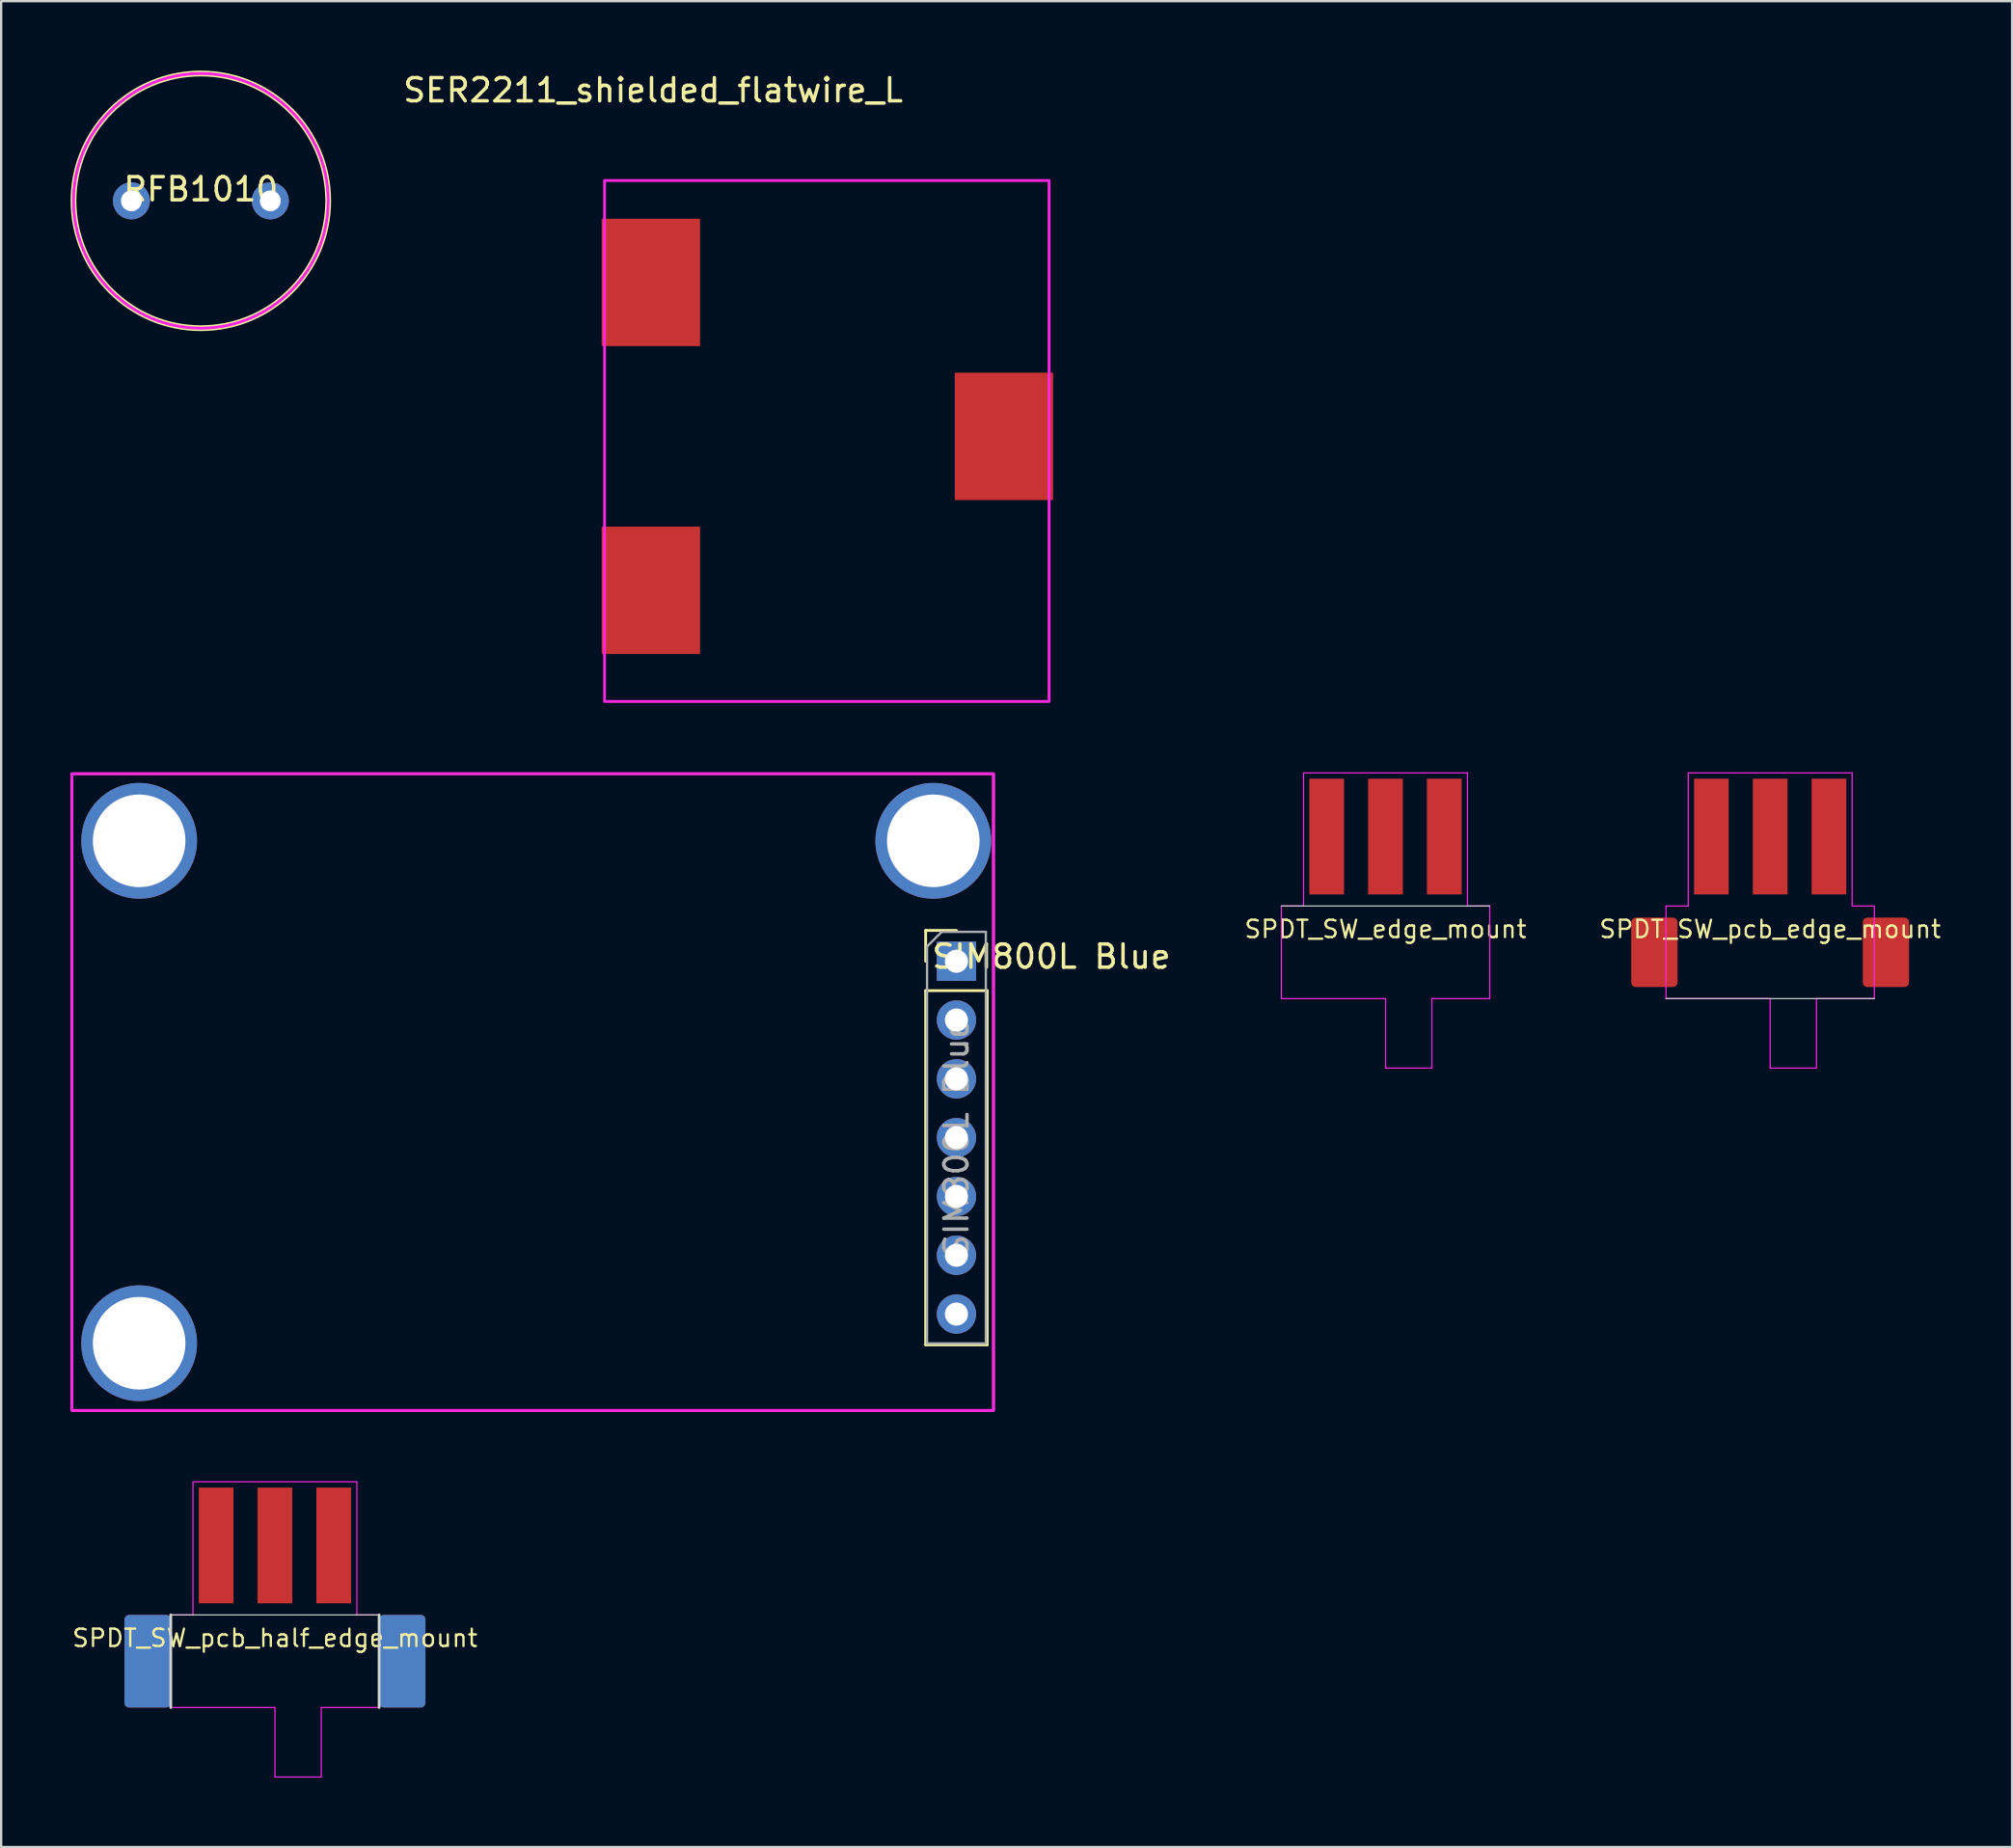
<source format=kicad_pcb>
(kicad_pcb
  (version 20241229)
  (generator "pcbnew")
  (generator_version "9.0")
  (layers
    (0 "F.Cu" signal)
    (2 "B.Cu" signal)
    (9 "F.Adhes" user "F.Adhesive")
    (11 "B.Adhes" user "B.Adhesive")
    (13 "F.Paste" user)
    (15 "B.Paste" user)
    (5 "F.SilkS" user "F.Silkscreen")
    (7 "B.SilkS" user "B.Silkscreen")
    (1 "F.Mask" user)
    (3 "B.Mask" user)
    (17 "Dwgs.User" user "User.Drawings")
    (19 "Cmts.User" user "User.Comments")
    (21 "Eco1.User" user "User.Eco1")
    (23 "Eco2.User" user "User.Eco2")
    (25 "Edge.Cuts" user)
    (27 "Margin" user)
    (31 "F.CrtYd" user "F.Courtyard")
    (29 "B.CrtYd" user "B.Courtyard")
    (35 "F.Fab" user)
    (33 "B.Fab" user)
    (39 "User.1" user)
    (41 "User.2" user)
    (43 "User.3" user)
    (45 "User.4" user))
  (footprint "SPDT_SW_pcb_edge_mount"
    (layer "F.Cu")
    (at 73.406 33.083)
    (property "Reference" "SPDT_SW_pcb_edge_mount" (at 0 4 0) (layer "F.SilkS") (effects (font (size 0.75 0.75) (thickness 0.1))))
    (attr smd)
    (fp_line (start -4.5 7) (end 4.5 7) (stroke (width 0.05) (type solid)) (layer "Eco2.User"))
    (fp_line (start -4.5 7) (end 4.5 7) (stroke (width 0.05) (type solid)) (layer "Edge.Cuts"))
    (fp_line (start -4.5 3) (end -4.5 7) (stroke (width 0.05) (type solid)) (layer "F.CrtYd"))
    (fp_line (start -4.5 7) (end 0 7) (stroke (width 0.05) (type solid)) (layer "F.CrtYd"))
    (fp_line (start -3.54 -2.75) (end 3.54 -2.75) (stroke (width 0.05) (type solid)) (layer "F.CrtYd"))
    (fp_line (start -3.54 3) (end -4.5 3) (stroke (width 0.05) (type solid)) (layer "F.CrtYd"))
    (fp_line (start -3.54 3) (end -3.54 -2.75) (stroke (width 0.05) (type solid)) (layer "F.CrtYd"))
    (fp_line (start 0 7) (end 0 10) (stroke (width 0.05) (type solid)) (layer "F.CrtYd"))
    (fp_line (start 0 10) (end 2 10) (stroke (width 0.05) (type solid)) (layer "F.CrtYd"))
    (fp_line (start 2 10) (end 2 7) (stroke (width 0.05) (type solid)) (layer "F.CrtYd"))
    (fp_line (start 3.54 -2.75) (end 3.54 3) (stroke (width 0.05) (type solid)) (layer "F.CrtYd"))
    (fp_line (start 3.54 3) (end 4.5 3) (stroke (width 0.05) (type solid)) (layer "F.CrtYd"))
    (fp_line (start 4.5 3) (end 4.5 7) (stroke (width 0.05) (type solid)) (layer "F.CrtYd"))
    (fp_line (start 4.5 7) (end 2 7) (stroke (width 0.05) (type solid)) (layer "F.CrtYd"))
    (pad "1" smd rect (at -2.54 0) (size 1.5 5) (layers "F.Cu" "F.Mask" "F.Paste"))
    (pad "2" smd rect (at 0 0) (size 1.5 5) (layers "F.Cu" "F.Mask" "F.Paste"))
    (pad "3" smd rect (at 2.54 0) (size 1.5 5) (layers "F.Cu" "F.Mask" "F.Paste"))
    (pad "4" smd roundrect (at -5 5) (size 2 3) (layers "F.Cu" "F.Mask" "F.Paste") (roundrect_rratio 0.1))
    (pad "4" smd roundrect (at 5 5) (size 2 3) (layers "F.Cu" "F.Mask" "F.Paste") (roundrect_rratio 0.1)))
  (footprint "SPDT_SW_edge_mount"
    (layer "F.Cu")
    (at 56.792 33.083)
    (property "Reference" "SPDT_SW_edge_mount" (at 0 4 0) (layer "F.SilkS") (effects (font (size 0.75 0.75) (thickness 0.1))))
    (attr smd)
    (fp_line (start -4.5 3) (end 4.5 3) (stroke (width 0.05) (type solid)) (layer "Eco2.User"))
    (fp_line (start -4.5 3) (end 4.5 3) (stroke (width 0.05) (type solid)) (layer "Edge.Cuts"))
    (fp_line (start -4.5 3) (end -4.5 7) (stroke (width 0.05) (type solid)) (layer "F.CrtYd"))
    (fp_line (start -4.5 7) (end 0 7) (stroke (width 0.05) (type solid)) (layer "F.CrtYd"))
    (fp_line (start -3.54 -2.75) (end 3.54 -2.75) (stroke (width 0.05) (type solid)) (layer "F.CrtYd"))
    (fp_line (start -3.54 3) (end -4.5 3) (stroke (width 0.05) (type solid)) (layer "F.CrtYd"))
    (fp_line (start -3.54 3) (end -3.54 -2.75) (stroke (width 0.05) (type solid)) (layer "F.CrtYd"))
    (fp_line (start 0 7) (end 0 10) (stroke (width 0.05) (type solid)) (layer "F.CrtYd"))
    (fp_line (start 0 10) (end 2 10) (stroke (width 0.05) (type solid)) (layer "F.CrtYd"))
    (fp_line (start 2 10) (end 2 7) (stroke (width 0.05) (type solid)) (layer "F.CrtYd"))
    (fp_line (start 3.54 -2.75) (end 3.54 3) (stroke (width 0.05) (type solid)) (layer "F.CrtYd"))
    (fp_line (start 3.54 3) (end 4.5 3) (stroke (width 0.05) (type solid)) (layer "F.CrtYd"))
    (fp_line (start 4.5 3) (end 4.5 7) (stroke (width 0.05) (type solid)) (layer "F.CrtYd"))
    (fp_line (start 4.5 7) (end 2 7) (stroke (width 0.05) (type solid)) (layer "F.CrtYd"))
    (pad "1" smd rect (at -2.54 0) (size 1.5 5) (layers "F.Cu" "F.Mask" "F.Paste"))
    (pad "2" smd rect (at 0 0) (size 1.5 5) (layers "F.Cu" "F.Mask" "F.Paste"))
    (pad "3" smd rect (at 2.54 0) (size 1.5 5) (layers "F.Cu" "F.Mask" "F.Paste")))
  (footprint "SER2211_shielded_flatwire_L"
    (layer "F.Cu")
    (at 25.161 15.848)
    (property "Reference" "SER2211_shielded_flatwire_L" (at 0 -15 0) (unlocked yes) (layer "F.SilkS") (effects (font (size 1 1) (thickness 0.15))))
    (attr smd)
    (fp_rect (start -2.1 -11.1) (end 17.1 11.4) (stroke (width 0.12) (type default)) (fill no) (layer "F.CrtYd"))
    (pad "1" smd rect (at -0.1 -6.7) (size 4.25 5.5) (layers "F.Cu" "F.Mask" "F.Paste"))
    (pad "2" smd rect (at -0.1 6.6) (size 4.25 5.5) (layers "F.Cu" "F.Mask" "F.Paste"))
    (pad "3" smd rect (at 15.15 -0.05) (size 4.25 5.5) (layers "F.Cu" "F.Mask" "F.Paste")))
  (footprint "SIM800L Blue"
    (layer "F.Cu")
    (at 38.26 38.468)
    (property "Reference" "SIM800L Blue" (at 4.1 -0.2 0) (layer "F.SilkS") (effects (font (size 1 1) (thickness 0.15))))
    (attr through_hole)
    (fp_line (start -1.33 -1.33) (end 0 -1.33) (stroke (width 0.12) (type solid)) (layer "F.SilkS"))
    (fp_line (start -1.33 0) (end -1.33 -1.33) (stroke (width 0.12) (type solid)) (layer "F.SilkS"))
    (fp_line (start -1.33 1.27) (end -1.33 16.57) (stroke (width 0.12) (type solid)) (layer "F.SilkS"))
    (fp_line (start -1.33 1.27) (end 1.33 1.27) (stroke (width 0.12) (type solid)) (layer "F.SilkS"))
    (fp_line (start -1.33 16.57) (end 1.33 16.57) (stroke (width 0.12) (type solid)) (layer "F.SilkS"))
    (fp_line (start 1.33 1.27) (end 1.33 16.57) (stroke (width 0.12) (type solid)) (layer "F.SilkS"))
    (fp_rect (start -38.2 -8.1) (end 1.6 19.4) (stroke (width 0.1) (type default)) (fill no) (layer "F.SilkS"))
    (fp_rect (start -38.2 -8.1) (end 1.6 19.4) (stroke (width 0.1) (type default)) (fill no) (layer "F.CrtYd"))
    (fp_rect (start -38.2 -8.1) (end 1.6 19.4) (stroke (width 0.12) (type default)) (fill no) (layer "F.CrtYd"))
    (fp_line (start -1.27 -0.635) (end -0.635 -1.27) (stroke (width 0.1) (type solid)) (layer "F.Fab"))
    (fp_line (start -1.27 16.51) (end -1.27 -0.635) (stroke (width 0.1) (type solid)) (layer "F.Fab"))
    (fp_line (start -0.635 -1.27) (end 1.27 -1.27) (stroke (width 0.1) (type solid)) (layer "F.Fab"))
    (fp_line (start 1.27 -1.27) (end 1.27 16.51) (stroke (width 0.1) (type solid)) (layer "F.Fab"))
    (fp_line (start 1.27 16.51) (end -1.27 16.51) (stroke (width 0.1) (type solid)) (layer "F.Fab"))
    (fp_text user "${REFERENCE}" (at 0 7.62 90) (layer "F.Fab") (effects (font (size 1 1) (thickness 0.15))))
    (pad "" np_thru_hole circle (at -35.3 -5.2) (size 5 5) (drill 4) (layers "*.Cu" "*.Mask"))
    (pad "" np_thru_hole circle (at -35.3 16.5) (size 5 5) (drill 4) (layers "*.Cu" "*.Mask"))
    (pad "" np_thru_hole circle (at -1 -5.2) (size 5 5) (drill 4) (layers "*.Cu" "*.Mask"))
    (pad "1" thru_hole rect (at 0 0) (size 1.7 1.7) (drill 1) (layers "*.Cu" "*.Mask"))
    (pad "2" thru_hole oval (at 0 2.54) (size 1.7 1.7) (drill 1) (layers "*.Cu" "*.Mask"))
    (pad "3" thru_hole oval (at 0 5.08) (size 1.7 1.7) (drill 1) (layers "*.Cu" "*.Mask"))
    (pad "4" thru_hole oval (at 0 7.62) (size 1.7 1.7) (drill 1) (layers "*.Cu" "*.Mask"))
    (pad "5" thru_hole oval (at 0 10.16) (size 1.7 1.7) (drill 1) (layers "*.Cu" "*.Mask"))
    (pad "6" thru_hole oval (at 0 12.7) (size 1.7 1.7) (drill 1) (layers "*.Cu" "*.Mask"))
    (pad "7" thru_hole oval (at 0 15.24) (size 1.7 1.7) (drill 1) (layers "*.Cu" "*.Mask")))
  (footprint "SPDT_SW_pcb_half_edge_mount"
    (layer "F.Cu")
    (at 8.825 63.703)
    (property "Reference" "SPDT_SW_pcb_half_edge_mount" (at 0 4 0) (layer "F.SilkS") (effects (font (size 0.75 0.75) (thickness 0.1))))
    (attr smd)
    (fp_line (start -4.5 3) (end 4.5 3) (stroke (width 0.05) (type solid)) (layer "Eco2.User"))
    (fp_line (start -4.5 7) (end -4.5 3) (stroke (width 0.12) (type solid)) (layer "Eco2.User"))
    (fp_line (start 4.5 3) (end 4.5 7) (stroke (width 0.12) (type solid)) (layer "Eco2.User"))
    (fp_line (start -4.5 3) (end 4.5 3) (stroke (width 0.05) (type solid)) (layer "Edge.Cuts"))
    (fp_line (start -4.5 7) (end -4.5 3) (stroke (width 0.12) (type solid)) (layer "Edge.Cuts"))
    (fp_line (start 4.5 3) (end 4.5 7) (stroke (width 0.12) (type solid)) (layer "Edge.Cuts"))
    (fp_line (start -4.5 3) (end -4.5 7) (stroke (width 0.05) (type solid)) (layer "F.CrtYd"))
    (fp_line (start -4.5 7) (end 0 7) (stroke (width 0.05) (type solid)) (layer "F.CrtYd"))
    (fp_line (start -3.54 -2.75) (end 3.54 -2.75) (stroke (width 0.05) (type solid)) (layer "F.CrtYd"))
    (fp_line (start -3.54 3) (end -4.5 3) (stroke (width 0.05) (type solid)) (layer "F.CrtYd"))
    (fp_line (start -3.54 3) (end -3.54 -2.75) (stroke (width 0.05) (type solid)) (layer "F.CrtYd"))
    (fp_line (start 0 7) (end 0 10) (stroke (width 0.05) (type solid)) (layer "F.CrtYd"))
    (fp_line (start 0 10) (end 2 10) (stroke (width 0.05) (type solid)) (layer "F.CrtYd"))
    (fp_line (start 2 10) (end 2 7) (stroke (width 0.05) (type solid)) (layer "F.CrtYd"))
    (fp_line (start 3.54 -2.75) (end 3.54 3) (stroke (width 0.05) (type solid)) (layer "F.CrtYd"))
    (fp_line (start 3.54 3) (end 4.5 3) (stroke (width 0.05) (type solid)) (layer "F.CrtYd"))
    (fp_line (start 4.5 3) (end 4.5 7) (stroke (width 0.05) (type solid)) (layer "F.CrtYd"))
    (fp_line (start 4.5 7) (end 2 7) (stroke (width 0.05) (type solid)) (layer "F.CrtYd"))
    (pad "1" smd rect (at -2.54 0) (size 1.5 5) (layers "F.Cu" "F.Mask" "F.Paste"))
    (pad "2" smd rect (at 0 0) (size 1.5 5) (layers "F.Cu" "F.Mask" "F.Paste"))
    (pad "3" smd rect (at 2.54 0) (size 1.5 5) (layers "F.Cu" "F.Mask" "F.Paste"))
    (pad "4" smd roundrect (at -5.5 5) (size 2 4) (layers "F.Cu" "F.Mask" "F.Paste") (roundrect_rratio 0.1))
    (pad "4" smd roundrect (at -5.5 5) (size 2 4) (layers "B.Cu" "B.Mask" "B.Paste") (roundrect_rratio 0.1))
    (pad "4" smd roundrect (at 5.5 5) (size 2 4) (layers "F.Cu" "F.Mask" "F.Paste") (roundrect_rratio 0.1))
    (pad "4" smd roundrect (at 5.5 5) (size 2 4) (layers "B.Cu" "B.Mask" "B.Paste") (roundrect_rratio 0.1)))
  (footprint "RFB1010"
    (layer "F.Cu")
    (at 5.625 5.625)
    (property "Reference" "RFB1010" (at 0 -0.5 0) (unlocked yes) (layer "F.SilkS") (effects (font (size 1 1) (thickness 0.15))))
    (attr through_hole)
    (fp_circle (center 0 0) (end 5.5 0) (stroke (width 0.25) (type default)) (fill no) (layer "F.SilkS"))
    (fp_circle (center 0 0) (end 5.5 0) (stroke (width 0.12) (type default)) (fill no) (layer "F.CrtYd"))
    (fp_circle (center 0 0) (end 5.5 0) (stroke (width 0.1) (type default)) (fill no) (layer "F.Fab"))
    (pad "1" thru_hole circle (at -3 0) (size 1.6 1.6) (drill 0.9) (layers "*.Cu" "*.Mask"))
    (pad "2" thru_hole circle (at 3 0) (size 1.6 1.6) (drill 0.9) (layers "*.Cu" "*.Mask")))
  (gr_rect
    (start -3 -3)
    (end 83.856 76.728)
    (stroke (width 0.1) (type default))
    (fill no)
    (layer "Edge.Cuts")))
</source>
